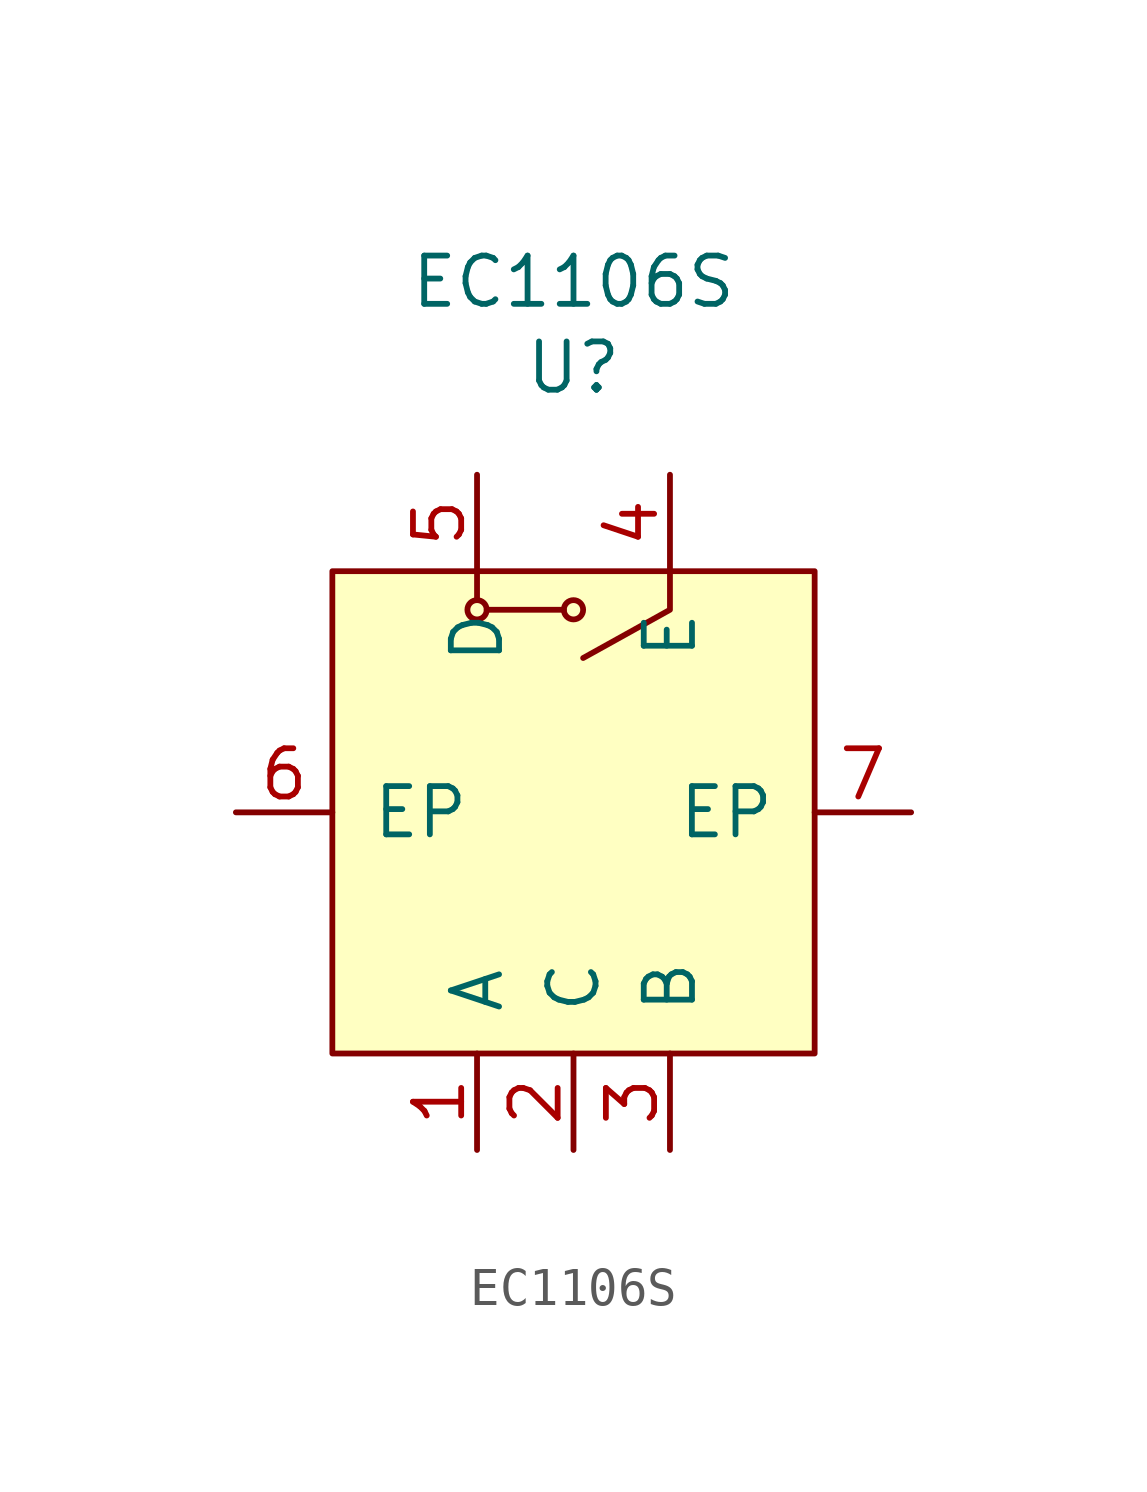
<source format=kicad_sym>
(kicad_symbol_lib
  (version 20220914)
  (generator kicad_symbol_editor)
  (symbol "EC1106S"
    (pin_names
      (offset 1.016))
    (property "Reference" "U"
      (at 0 11.709 0)
      (effects (font (size 1.27 1.27))))
    (property "Value" "EC1106S"
      (at 0 13.97 0)
      (effects (font (size 1.27 1.27))))
    (symbol "EC1106S_1_1"
      (rectangle (start -6.35 6.35) (end 6.35 -6.35) (stroke (width 0.152) (type solid)) (fill (type background)))
      (circle (center -2.54 5.334) (radius 0.254) (stroke (width 0.152) (type solid)) (fill (type none)))
      (polyline (pts (xy -2.54 6.35) (xy -2.54 5.588)) (stroke (width 0.152) (type solid)) (fill (type none)))
      (polyline (pts (xy -2.286 5.334) (xy -0.254 5.334)) (stroke (width 0.152) (type solid)) (fill (type none)))
      (polyline (pts (xy 2.54 6.35) (xy 2.54 5.334) (xy 0.254 4.064)) (stroke (width 0.152) (type solid)) (fill (type none)))
      (circle (center 0 5.334) (radius 0.254) (stroke (width 0.152) (type solid)) (fill (type none)))
      (pin input line (at -2.54 -8.89 90) (length 2.54) (name "A" (effects (font (size 1.27 1.27)))) (number "1" (effects (font (size 1.27 1.27)))))
      (pin input line (at 0 -8.89 90) (length 2.54) (name "C" (effects (font (size 1.27 1.27)))) (number "2" (effects (font (size 1.27 1.27)))))
      (pin input line (at 2.54 -8.89 90) (length 2.54) (name "B" (effects (font (size 1.27 1.27)))) (number "3" (effects (font (size 1.27 1.27)))))
      (pin input line (at 2.54 8.89 270) (length 2.54) (name "E" (effects (font (size 1.27 1.27)))) (number "4" (effects (font (size 1.27 1.27)))))
      (pin input line (at -2.54 8.89 270) (length 2.54) (name "D" (effects (font (size 1.27 1.27)))) (number "5" (effects (font (size 1.27 1.27)))))
      (pin input line (at -8.89 0 0) (length 2.54) (name "EP" (effects (font (size 1.27 1.27)))) (number "6" (effects (font (size 1.27 1.27)))))
      (pin input line (at 8.89 0 180) (length 2.54) (name "EP" (effects (font (size 1.27 1.27)))) (number "7" (effects (font (size 1.27 1.27))))))))
</source>
